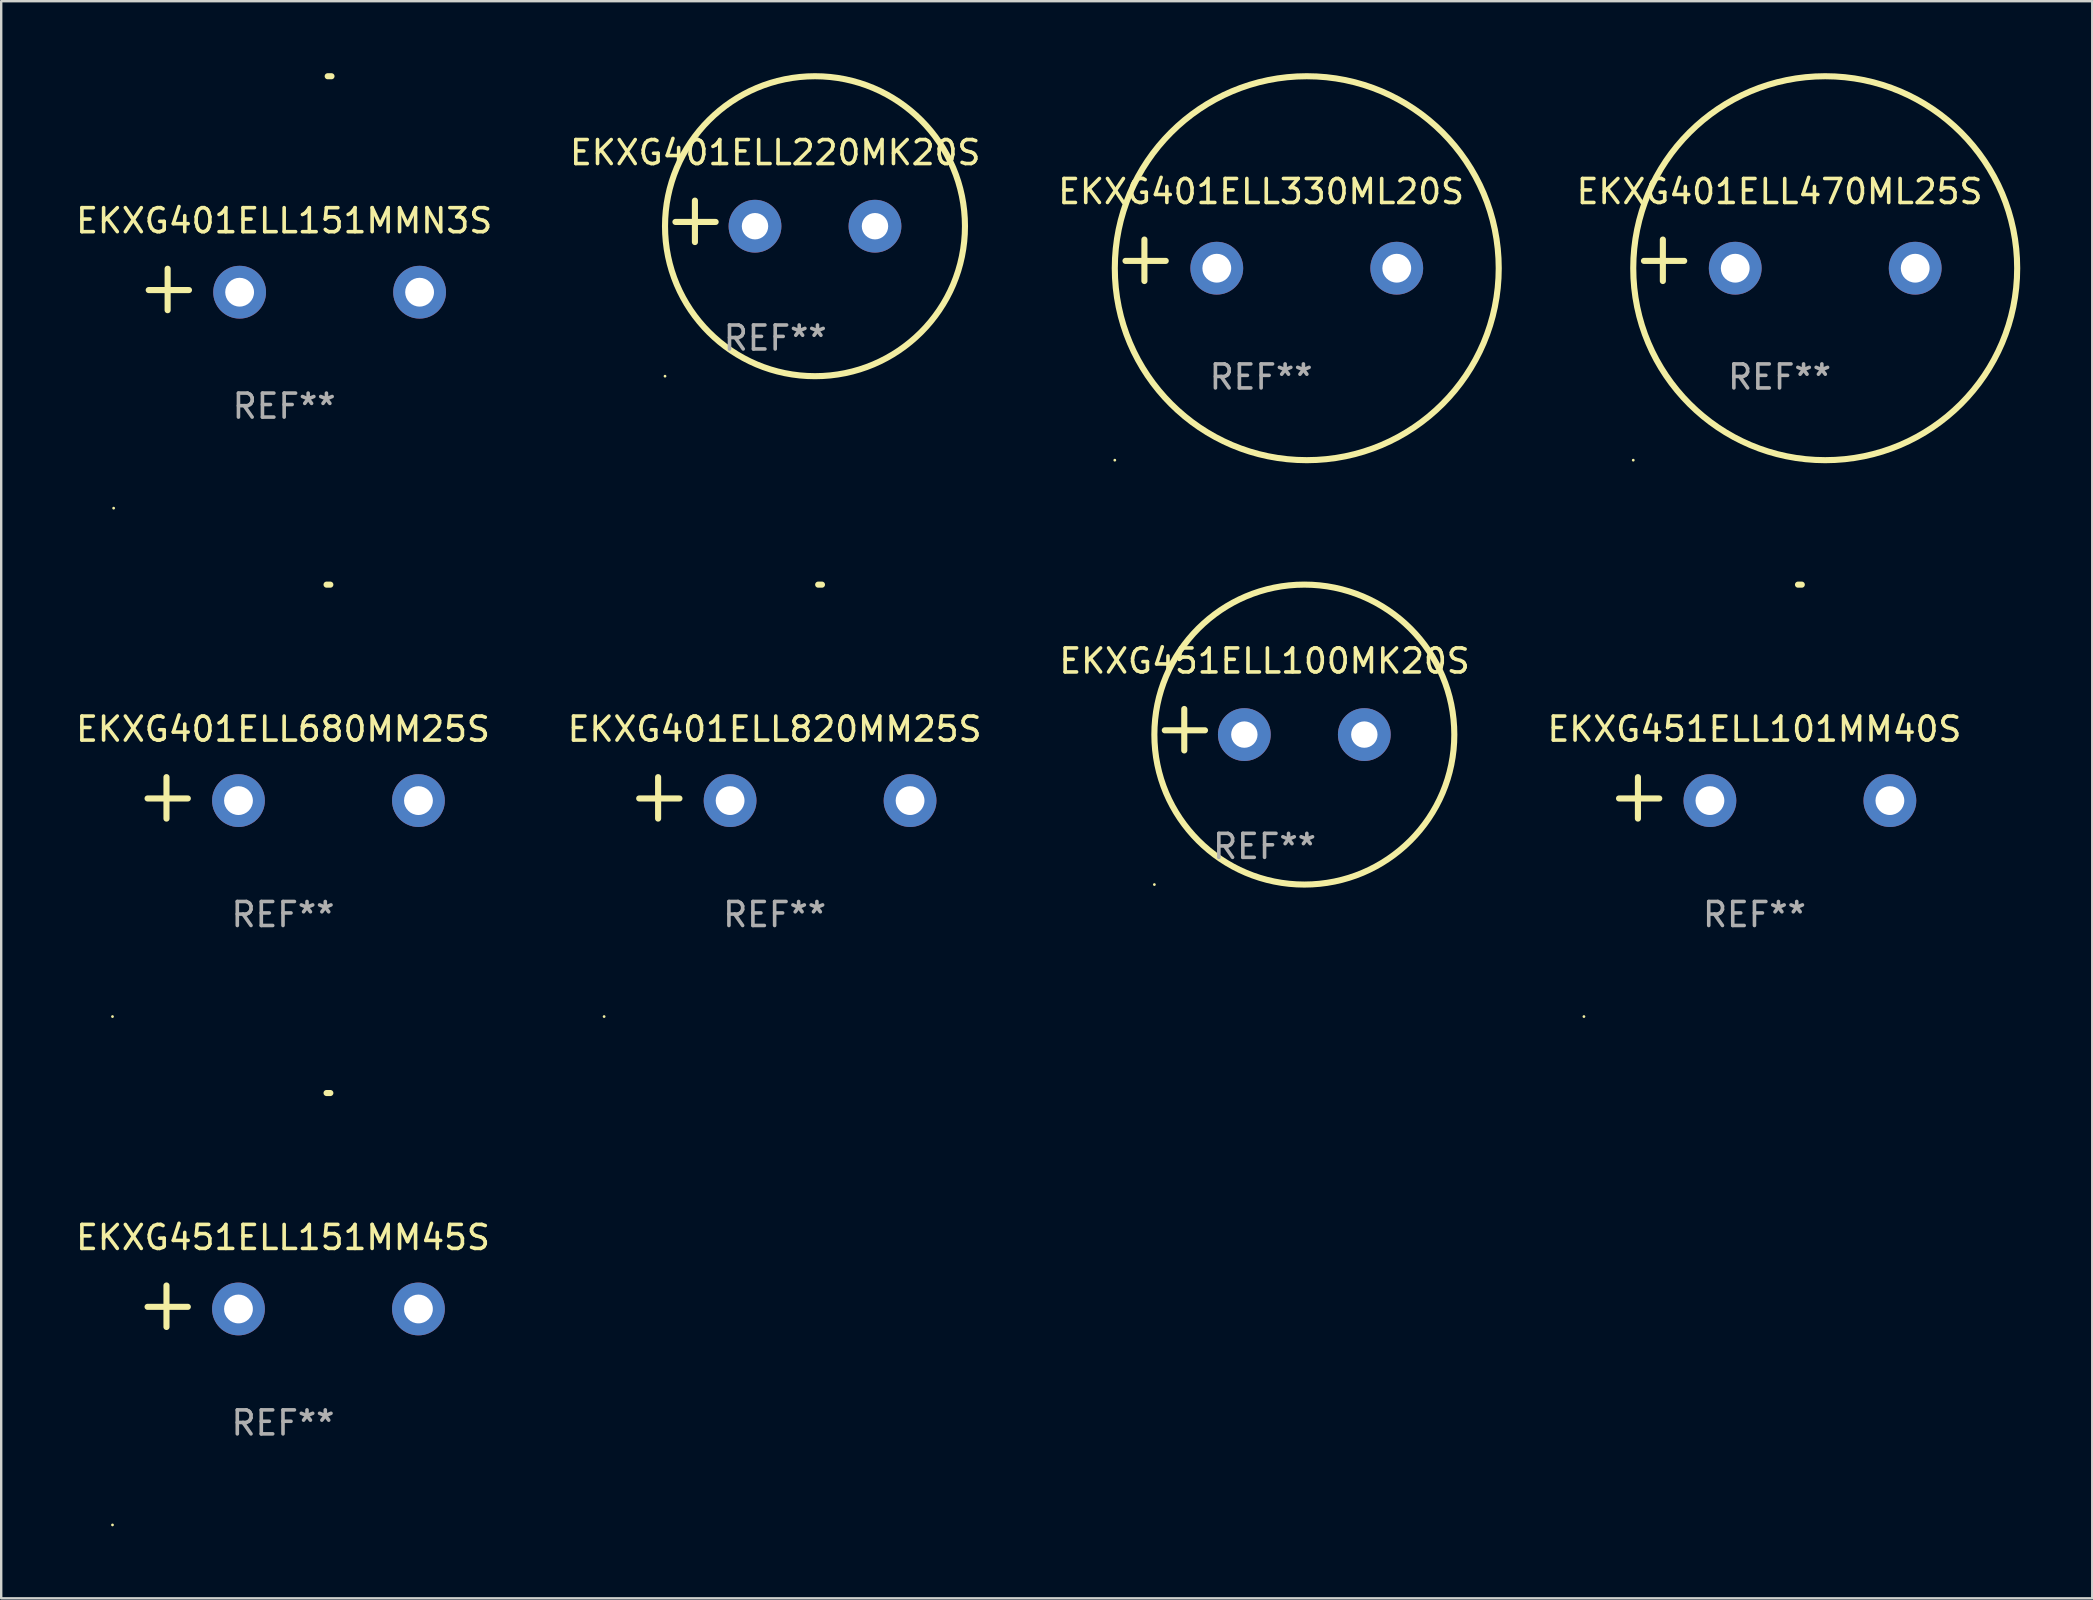
<source format=kicad_pcb>
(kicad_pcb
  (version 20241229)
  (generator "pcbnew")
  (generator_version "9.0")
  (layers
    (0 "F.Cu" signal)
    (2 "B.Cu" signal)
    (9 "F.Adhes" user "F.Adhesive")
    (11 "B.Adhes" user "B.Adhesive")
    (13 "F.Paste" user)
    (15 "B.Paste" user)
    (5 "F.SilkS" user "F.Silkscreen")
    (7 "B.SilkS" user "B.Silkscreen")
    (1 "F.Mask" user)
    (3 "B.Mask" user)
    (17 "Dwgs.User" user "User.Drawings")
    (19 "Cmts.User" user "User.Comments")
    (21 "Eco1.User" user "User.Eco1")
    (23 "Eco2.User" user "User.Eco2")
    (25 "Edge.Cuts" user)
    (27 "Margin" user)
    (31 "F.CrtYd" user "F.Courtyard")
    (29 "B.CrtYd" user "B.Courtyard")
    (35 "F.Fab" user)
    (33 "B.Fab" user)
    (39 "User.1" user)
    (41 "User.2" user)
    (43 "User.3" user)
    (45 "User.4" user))
  (footprint "EKXG401ELL220MK20S"
    (layer "F.Cu")
    (at 29.256 6.174)
    (property "Reference" "EKXG401ELL220MK20S" (at 0 -2.864 0) (layer "F.SilkS") (effects (font (size 1 1) (thickness 0.15))))
    (attr through_hole)
    (fp_line (start -3.346 0.864) (end -3.346 -0.864) (stroke (width 0.254) (type solid)) (layer "F.SilkS"))
    (fp_line (start -2.482 0.025) (end -4.158 0.025) (stroke (width 0.254) (type solid)) (layer "F.SilkS"))
    (fp_circle (center -4.592 6.453) (end -4.562 6.453) (stroke (width 0.06) (type solid)) (fill no) (layer "F.SilkS"))
    (fp_circle (center 1.658 0.203) (end 7.908 0.203) (stroke (width 0.254) (type solid)) (fill no) (layer "F.SilkS"))
    (fp_text user "REF**" (at 0 4.864 0) (layer "F.Fab") (effects (font (size 1 1) (thickness 0.15))))
    (pad "1" thru_hole circle (at -0.842 0.203) (size 2.2 2.2) (drill 1.1) (layers "*.Cu" "*.Mask"))
    (pad "2" thru_hole circle (at 4.158 0.203) (size 2.2 2.2) (drill 1.1) (layers "*.Cu" "*.Mask")))
  (footprint "EKXG401ELL330ML20S"
    (layer "F.Cu")
    (at 49.506 7.797)
    (property "Reference" "EKXG401ELL330ML20S" (at 0 -2.864 0) (layer "F.SilkS") (effects (font (size 1 1) (thickness 0.15))))
    (attr through_hole)
    (fp_line (start -4.864 0.864) (end -4.864 -0.864) (stroke (width 0.254) (type solid)) (layer "F.SilkS"))
    (fp_line (start -3.975 0.025) (end -5.652 0.025) (stroke (width 0.254) (type solid)) (layer "F.SilkS"))
    (fp_circle (center -6.098 8.33) (end -6.068 8.33) (stroke (width 0.06) (type solid)) (fill no) (layer "F.SilkS"))
    (fp_circle (center 1.902 0.33) (end 9.902 0.33) (stroke (width 0.254) (type solid)) (fill no) (layer "F.SilkS"))
    (fp_text user "REF**" (at 0 4.864 0) (layer "F.Fab") (effects (font (size 1 1) (thickness 0.15))))
    (pad "1" thru_hole circle (at -1.848 0.33) (size 2.2 2.2) (drill 1.2) (layers "*.Cu" "*.Mask"))
    (pad "2" thru_hole circle (at 5.652 0.33) (size 2.2 2.2) (drill 1.2) (layers "*.Cu" "*.Mask")))
  (footprint "EKXG451ELL101MM40S"
    (layer "F.Cu")
    (at 70.065 30.2)
    (property "Reference" "EKXG451ELL101MM40S" (at 0 -2.864 0) (layer "F.SilkS") (effects (font (size 1 1) (thickness 0.15))))
    (attr through_hole)
    (fp_line (start -4.856 0.864) (end -4.856 -0.864) (stroke (width 0.254) (type solid)) (layer "F.SilkS"))
    (fp_line (start -3.967 0.025) (end -5.644 0.025) (stroke (width 0.254) (type solid)) (layer "F.SilkS"))
    (fp_arc (start 1.815024 -8.885649) (mid 1.893764 -8.88599) (end 1.972504 -8.885649) (stroke (width 0.254001) (type solid)) (layer "F.SilkS"))
    (fp_circle (center -7.106 9.114) (end -7.076 9.114) (stroke (width 0.06) (type solid)) (fill no) (layer "F.SilkS"))
    (fp_text user "REF**" (at 0 4.864 0) (layer "F.Fab") (effects (font (size 1 1) (thickness 0.15))))
    (pad "1" thru_hole circle (at -1.856 0.114) (size 2.2 2.2) (drill 1.2) (layers "*.Cu" "*.Mask"))
    (pad "2" thru_hole circle (at 5.644 0.114) (size 2.2 2.2) (drill 1.2) (layers "*.Cu" "*.Mask")))
  (footprint "EKXG401ELL820MM25S"
    (layer "F.Cu")
    (at 29.232 30.2)
    (property "Reference" "EKXG401ELL820MM25S" (at 0 -2.864 0) (layer "F.SilkS") (effects (font (size 1 1) (thickness 0.15))))
    (attr through_hole)
    (fp_line (start -4.856 0.864) (end -4.856 -0.864) (stroke (width 0.254) (type solid)) (layer "F.SilkS"))
    (fp_line (start -3.967 0.025) (end -5.644 0.025) (stroke (width 0.254) (type solid)) (layer "F.SilkS"))
    (fp_arc (start 1.815024 -8.885649) (mid 1.893764 -8.88599) (end 1.972504 -8.885649) (stroke (width 0.254001) (type solid)) (layer "F.SilkS"))
    (fp_circle (center -7.106 9.114) (end -7.076 9.114) (stroke (width 0.06) (type solid)) (fill no) (layer "F.SilkS"))
    (fp_text user "REF**" (at 0 4.864 0) (layer "F.Fab") (effects (font (size 1 1) (thickness 0.15))))
    (pad "1" thru_hole circle (at -1.856 0.114) (size 2.2 2.2) (drill 1.2) (layers "*.Cu" "*.Mask"))
    (pad "2" thru_hole circle (at 5.644 0.114) (size 2.2 2.2) (drill 1.2) (layers "*.Cu" "*.Mask")))
  (footprint "EKXG401ELL470ML25S"
    (layer "F.Cu")
    (at 71.112 7.797)
    (property "Reference" "EKXG401ELL470ML25S" (at 0 -2.864 0) (layer "F.SilkS") (effects (font (size 1 1) (thickness 0.15))))
    (attr through_hole)
    (fp_line (start -4.864 0.864) (end -4.864 -0.864) (stroke (width 0.254) (type solid)) (layer "F.SilkS"))
    (fp_line (start -3.975 0.025) (end -5.652 0.025) (stroke (width 0.254) (type solid)) (layer "F.SilkS"))
    (fp_circle (center -6.098 8.33) (end -6.068 8.33) (stroke (width 0.06) (type solid)) (fill no) (layer "F.SilkS"))
    (fp_circle (center 1.902 0.33) (end 9.902 0.33) (stroke (width 0.254) (type solid)) (fill no) (layer "F.SilkS"))
    (fp_text user "REF**" (at 0 4.864 0) (layer "F.Fab") (effects (font (size 1 1) (thickness 0.15))))
    (pad "1" thru_hole circle (at -1.848 0.33) (size 2.2 2.2) (drill 1.2) (layers "*.Cu" "*.Mask"))
    (pad "2" thru_hole circle (at 5.652 0.33) (size 2.2 2.2) (drill 1.2) (layers "*.Cu" "*.Mask")))
  (footprint "EKXG401ELL680MM25S"
    (layer "F.Cu")
    (at 8.744 30.2)
    (property "Reference" "EKXG401ELL680MM25S" (at 0 -2.864 0) (layer "F.SilkS") (effects (font (size 1 1) (thickness 0.15))))
    (attr through_hole)
    (fp_line (start -4.856 0.864) (end -4.856 -0.864) (stroke (width 0.254) (type solid)) (layer "F.SilkS"))
    (fp_line (start -3.967 0.025) (end -5.644 0.025) (stroke (width 0.254) (type solid)) (layer "F.SilkS"))
    (fp_arc (start 1.815024 -8.885649) (mid 1.893764 -8.88599) (end 1.972504 -8.885649) (stroke (width 0.254001) (type solid)) (layer "F.SilkS"))
    (fp_circle (center -7.106 9.114) (end -7.076 9.114) (stroke (width 0.06) (type solid)) (fill no) (layer "F.SilkS"))
    (fp_text user "REF**" (at 0 4.864 0) (layer "F.Fab") (effects (font (size 1 1) (thickness 0.15))))
    (pad "1" thru_hole circle (at -1.856 0.114) (size 2.2 2.2) (drill 1.2) (layers "*.Cu" "*.Mask"))
    (pad "2" thru_hole circle (at 5.644 0.114) (size 2.2 2.2) (drill 1.2) (layers "*.Cu" "*.Mask")))
  (footprint "EKXG401ELL151MMN3S"
    (layer "F.Cu")
    (at 8.792 9.013)
    (property "Reference" "EKXG401ELL151MMN3S" (at 0 -2.864 0) (layer "F.SilkS") (effects (font (size 1 1) (thickness 0.15))))
    (attr through_hole)
    (fp_line (start -4.856 0.864) (end -4.856 -0.864) (stroke (width 0.254) (type solid)) (layer "F.SilkS"))
    (fp_line (start -3.967 0.025) (end -5.644 0.025) (stroke (width 0.254) (type solid)) (layer "F.SilkS"))
    (fp_arc (start 1.815024 -8.885649) (mid 1.893764 -8.88599) (end 1.972504 -8.885649) (stroke (width 0.254001) (type solid)) (layer "F.SilkS"))
    (fp_circle (center -7.106 9.114) (end -7.076 9.114) (stroke (width 0.06) (type solid)) (fill no) (layer "F.SilkS"))
    (fp_text user "REF**" (at 0 4.864 0) (layer "F.Fab") (effects (font (size 1 1) (thickness 0.15))))
    (pad "1" thru_hole circle (at -1.856 0.114) (size 2.2 2.2) (drill 1.2) (layers "*.Cu" "*.Mask"))
    (pad "2" thru_hole circle (at 5.644 0.114) (size 2.2 2.2) (drill 1.2) (layers "*.Cu" "*.Mask")))
  (footprint "EKXG451ELL151MM45S"
    (layer "F.Cu")
    (at 8.744 51.386)
    (property "Reference" "EKXG451ELL151MM45S" (at 0 -2.864 0) (layer "F.SilkS") (effects (font (size 1 1) (thickness 0.15))))
    (attr through_hole)
    (fp_line (start -4.856 0.864) (end -4.856 -0.864) (stroke (width 0.254) (type solid)) (layer "F.SilkS"))
    (fp_line (start -3.967 0.025) (end -5.644 0.025) (stroke (width 0.254) (type solid)) (layer "F.SilkS"))
    (fp_arc (start 1.815024 -8.885649) (mid 1.893764 -8.88599) (end 1.972504 -8.885649) (stroke (width 0.254001) (type solid)) (layer "F.SilkS"))
    (fp_circle (center -7.106 9.114) (end -7.076 9.114) (stroke (width 0.06) (type solid)) (fill no) (layer "F.SilkS"))
    (fp_text user "REF**" (at 0 4.864 0) (layer "F.Fab") (effects (font (size 1 1) (thickness 0.15))))
    (pad "1" thru_hole circle (at -1.856 0.114) (size 2.2 2.2) (drill 1.2) (layers "*.Cu" "*.Mask"))
    (pad "2" thru_hole circle (at 5.644 0.114) (size 2.2 2.2) (drill 1.2) (layers "*.Cu" "*.Mask")))
  (footprint "EKXG451ELL100MK20S"
    (layer "F.Cu")
    (at 49.649 27.36)
    (property "Reference" "EKXG451ELL100MK20S" (at 0 -2.864 0) (layer "F.SilkS") (effects (font (size 1 1) (thickness 0.15))))
    (attr through_hole)
    (fp_line (start -3.346 0.864) (end -3.346 -0.864) (stroke (width 0.254) (type solid)) (layer "F.SilkS"))
    (fp_line (start -2.482 0.025) (end -4.158 0.025) (stroke (width 0.254) (type solid)) (layer "F.SilkS"))
    (fp_circle (center -4.592 6.453) (end -4.562 6.453) (stroke (width 0.06) (type solid)) (fill no) (layer "F.SilkS"))
    (fp_circle (center 1.658 0.203) (end 7.908 0.203) (stroke (width 0.254) (type solid)) (fill no) (layer "F.SilkS"))
    (fp_text user "REF**" (at 0 4.864 0) (layer "F.Fab") (effects (font (size 1 1) (thickness 0.15))))
    (pad "1" thru_hole circle (at -0.842 0.203) (size 2.2 2.2) (drill 1.1) (layers "*.Cu" "*.Mask"))
    (pad "2" thru_hole circle (at 4.158 0.203) (size 2.2 2.2) (drill 1.1) (layers "*.Cu" "*.Mask")))
  (gr_rect
    (start -3 -3)
    (end 84.141 63.56)
    (stroke (width 0.1) (type default))
    (fill no)
    (layer "Edge.Cuts")))
</source>
